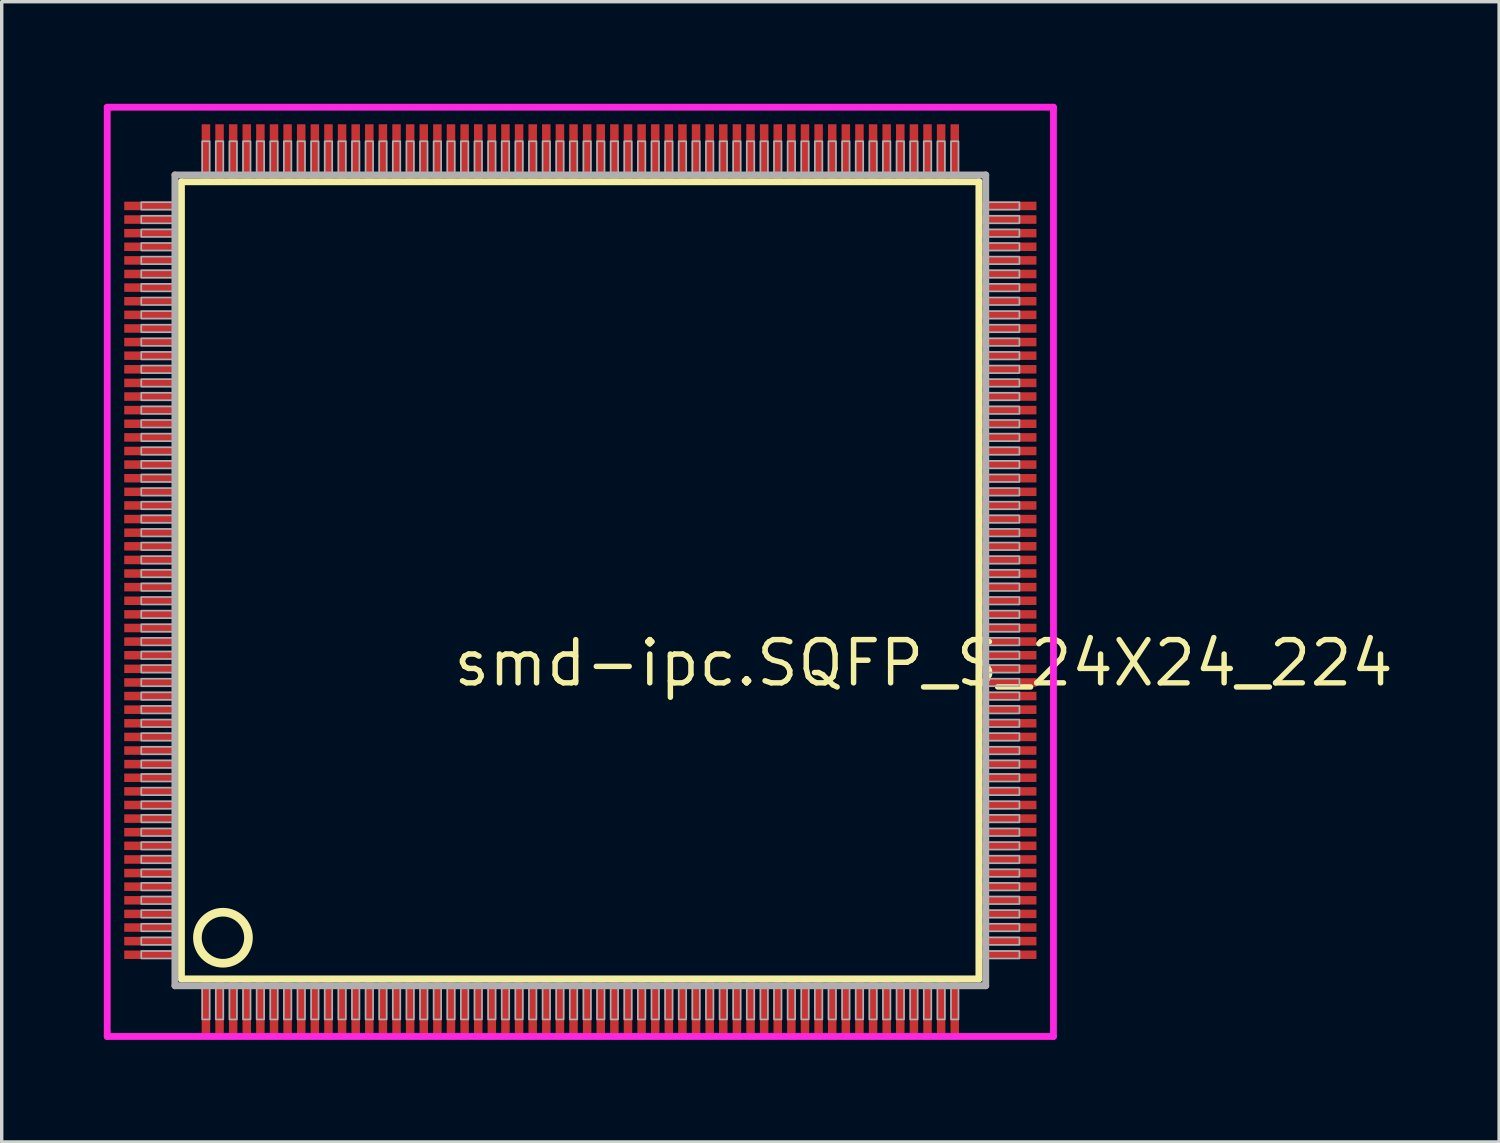
<source format=kicad_pcb>
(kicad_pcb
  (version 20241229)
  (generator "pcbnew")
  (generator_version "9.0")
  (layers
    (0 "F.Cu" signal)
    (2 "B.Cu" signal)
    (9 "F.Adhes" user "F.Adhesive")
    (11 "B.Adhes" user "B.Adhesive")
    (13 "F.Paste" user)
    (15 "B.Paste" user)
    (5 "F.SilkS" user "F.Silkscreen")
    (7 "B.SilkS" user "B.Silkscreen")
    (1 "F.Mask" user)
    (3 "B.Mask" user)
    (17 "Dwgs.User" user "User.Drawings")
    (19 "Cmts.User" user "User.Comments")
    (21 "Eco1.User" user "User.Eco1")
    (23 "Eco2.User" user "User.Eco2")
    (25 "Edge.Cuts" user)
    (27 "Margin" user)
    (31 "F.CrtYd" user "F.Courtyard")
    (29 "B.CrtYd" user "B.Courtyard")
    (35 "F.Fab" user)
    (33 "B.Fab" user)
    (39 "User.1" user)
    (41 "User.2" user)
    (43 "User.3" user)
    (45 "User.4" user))
  (footprint "smd-ipc.SQFP_S_24X24_224"
    (layer "F.Cu")
    (at 14 14)
    (property "Reference" "smd-ipc.SQFP_S_24X24_224" (at -3.81 3.175 0) (layer "F.SilkS") (effects (font (size 1.27 1.27) (thickness 0.16)) (justify left bottom)))
    (attr smd)
    (fp_line (start -11.72 -11.71) (end 11.71 -11.71) (stroke (width 0.203) (type default)) (layer "F.SilkS"))
    (fp_line (start -11.72 11.71) (end -11.72 -11.71) (stroke (width 0.203) (type default)) (layer "F.SilkS"))
    (fp_line (start 11.71 -11.71) (end 11.71 11.71) (stroke (width 0.203) (type default)) (layer "F.SilkS"))
    (fp_line (start 11.71 11.71) (end -11.72 11.71) (stroke (width 0.203) (type default)) (layer "F.SilkS"))
    (fp_circle (center -10.5 10.5) (end -9.75 10.5) (stroke (width 0.254) (type default)) (fill no) (layer "F.SilkS"))
    (fp_line (start -13.9 -13.9) (end 13.9 -13.9) (stroke (width 0.2) (type default)) (layer "F.CrtYd"))
    (fp_line (start -13.9 13.4) (end -13.9 -13.9) (stroke (width 0.2) (type default)) (layer "F.CrtYd"))
    (fp_line (start 13.9 -13.9) (end 13.9 13.4) (stroke (width 0.2) (type default)) (layer "F.CrtYd"))
    (fp_line (start 13.9 13.4) (end -13.9 13.4) (stroke (width 0.2) (type default)) (layer "F.CrtYd"))
    (fp_line (start -11.91 -11.91) (end -11.91 11.91) (stroke (width 0.203) (type default)) (layer "F.Fab"))
    (fp_line (start -11.91 11.91) (end 11.91 11.91) (stroke (width 0.203) (type default)) (layer "F.Fab"))
    (fp_line (start 11.91 -11.91) (end -11.91 -11.91) (stroke (width 0.203) (type default)) (layer "F.Fab"))
    (fp_line (start 11.91 11.91) (end 11.91 -11.91) (stroke (width 0.203) (type default)) (layer "F.Fab"))
    (fp_rect (start -12.9 -10.89) (end -11.95 -11.11) (stroke (width 0.05) (type default)) (fill no) (layer "F.Fab"))
    (fp_rect (start -12.9 -10.49) (end -11.95 -10.71) (stroke (width 0.05) (type default)) (fill no) (layer "F.Fab"))
    (fp_rect (start -12.9 -10.09) (end -11.95 -10.31) (stroke (width 0.05) (type default)) (fill no) (layer "F.Fab"))
    (fp_rect (start -12.9 -9.69) (end -11.95 -9.91) (stroke (width 0.05) (type default)) (fill no) (layer "F.Fab"))
    (fp_rect (start -12.9 -9.29) (end -11.95 -9.51) (stroke (width 0.05) (type default)) (fill no) (layer "F.Fab"))
    (fp_rect (start -12.9 -8.89) (end -11.95 -9.11) (stroke (width 0.05) (type default)) (fill no) (layer "F.Fab"))
    (fp_rect (start -12.9 -8.49) (end -11.95 -8.71) (stroke (width 0.05) (type default)) (fill no) (layer "F.Fab"))
    (fp_rect (start -12.9 -8.09) (end -11.95 -8.31) (stroke (width 0.05) (type default)) (fill no) (layer "F.Fab"))
    (fp_rect (start -12.9 -7.69) (end -11.95 -7.91) (stroke (width 0.05) (type default)) (fill no) (layer "F.Fab"))
    (fp_rect (start -12.9 -7.29) (end -11.95 -7.51) (stroke (width 0.05) (type default)) (fill no) (layer "F.Fab"))
    (fp_rect (start -12.9 -6.89) (end -11.95 -7.11) (stroke (width 0.05) (type default)) (fill no) (layer "F.Fab"))
    (fp_rect (start -12.9 -6.49) (end -11.95 -6.71) (stroke (width 0.05) (type default)) (fill no) (layer "F.Fab"))
    (fp_rect (start -12.9 -6.09) (end -11.95 -6.31) (stroke (width 0.05) (type default)) (fill no) (layer "F.Fab"))
    (fp_rect (start -12.9 -5.69) (end -11.95 -5.91) (stroke (width 0.05) (type default)) (fill no) (layer "F.Fab"))
    (fp_rect (start -12.9 -5.29) (end -11.95 -5.51) (stroke (width 0.05) (type default)) (fill no) (layer "F.Fab"))
    (fp_rect (start -12.9 -4.89) (end -11.95 -5.11) (stroke (width 0.05) (type default)) (fill no) (layer "F.Fab"))
    (fp_rect (start -12.9 -4.49) (end -11.95 -4.71) (stroke (width 0.05) (type default)) (fill no) (layer "F.Fab"))
    (fp_rect (start -12.9 -4.09) (end -11.95 -4.31) (stroke (width 0.05) (type default)) (fill no) (layer "F.Fab"))
    (fp_rect (start -12.9 -3.69) (end -11.95 -3.91) (stroke (width 0.05) (type default)) (fill no) (layer "F.Fab"))
    (fp_rect (start -12.9 -3.29) (end -11.95 -3.51) (stroke (width 0.05) (type default)) (fill no) (layer "F.Fab"))
    (fp_rect (start -12.9 -2.89) (end -11.95 -3.11) (stroke (width 0.05) (type default)) (fill no) (layer "F.Fab"))
    (fp_rect (start -12.9 -2.49) (end -11.95 -2.71) (stroke (width 0.05) (type default)) (fill no) (layer "F.Fab"))
    (fp_rect (start -12.9 -2.09) (end -11.95 -2.31) (stroke (width 0.05) (type default)) (fill no) (layer "F.Fab"))
    (fp_rect (start -12.9 -1.69) (end -11.95 -1.91) (stroke (width 0.05) (type default)) (fill no) (layer "F.Fab"))
    (fp_rect (start -12.9 -1.29) (end -11.95 -1.51) (stroke (width 0.05) (type default)) (fill no) (layer "F.Fab"))
    (fp_rect (start -12.9 -0.89) (end -11.95 -1.11) (stroke (width 0.05) (type default)) (fill no) (layer "F.Fab"))
    (fp_rect (start -12.9 -0.49) (end -11.95 -0.71) (stroke (width 0.05) (type default)) (fill no) (layer "F.Fab"))
    (fp_rect (start -12.9 -0.09) (end -11.95 -0.31) (stroke (width 0.05) (type default)) (fill no) (layer "F.Fab"))
    (fp_rect (start -12.9 0.31) (end -11.95 0.09) (stroke (width 0.05) (type default)) (fill no) (layer "F.Fab"))
    (fp_rect (start -12.9 0.71) (end -11.95 0.49) (stroke (width 0.05) (type default)) (fill no) (layer "F.Fab"))
    (fp_rect (start -12.9 1.11) (end -11.95 0.89) (stroke (width 0.05) (type default)) (fill no) (layer "F.Fab"))
    (fp_rect (start -12.9 1.51) (end -11.95 1.29) (stroke (width 0.05) (type default)) (fill no) (layer "F.Fab"))
    (fp_rect (start -12.9 1.91) (end -11.95 1.69) (stroke (width 0.05) (type default)) (fill no) (layer "F.Fab"))
    (fp_rect (start -12.9 2.31) (end -11.95 2.09) (stroke (width 0.05) (type default)) (fill no) (layer "F.Fab"))
    (fp_rect (start -12.9 2.71) (end -11.95 2.49) (stroke (width 0.05) (type default)) (fill no) (layer "F.Fab"))
    (fp_rect (start -12.9 3.11) (end -11.95 2.89) (stroke (width 0.05) (type default)) (fill no) (layer "F.Fab"))
    (fp_rect (start -12.9 3.51) (end -11.95 3.29) (stroke (width 0.05) (type default)) (fill no) (layer "F.Fab"))
    (fp_rect (start -12.9 3.91) (end -11.95 3.69) (stroke (width 0.05) (type default)) (fill no) (layer "F.Fab"))
    (fp_rect (start -12.9 4.31) (end -11.95 4.09) (stroke (width 0.05) (type default)) (fill no) (layer "F.Fab"))
    (fp_rect (start -12.9 4.71) (end -11.95 4.49) (stroke (width 0.05) (type default)) (fill no) (layer "F.Fab"))
    (fp_rect (start -12.9 5.11) (end -11.95 4.89) (stroke (width 0.05) (type default)) (fill no) (layer "F.Fab"))
    (fp_rect (start -12.9 5.51) (end -11.95 5.29) (stroke (width 0.05) (type default)) (fill no) (layer "F.Fab"))
    (fp_rect (start -12.9 5.91) (end -11.95 5.69) (stroke (width 0.05) (type default)) (fill no) (layer "F.Fab"))
    (fp_rect (start -12.9 6.31) (end -11.95 6.09) (stroke (width 0.05) (type default)) (fill no) (layer "F.Fab"))
    (fp_rect (start -12.9 6.71) (end -11.95 6.49) (stroke (width 0.05) (type default)) (fill no) (layer "F.Fab"))
    (fp_rect (start -12.9 7.11) (end -11.95 6.89) (stroke (width 0.05) (type default)) (fill no) (layer "F.Fab"))
    (fp_rect (start -12.9 7.51) (end -11.95 7.29) (stroke (width 0.05) (type default)) (fill no) (layer "F.Fab"))
    (fp_rect (start -12.9 7.91) (end -11.95 7.69) (stroke (width 0.05) (type default)) (fill no) (layer "F.Fab"))
    (fp_rect (start -12.9 8.31) (end -11.95 8.09) (stroke (width 0.05) (type default)) (fill no) (layer "F.Fab"))
    (fp_rect (start -12.9 8.71) (end -11.95 8.49) (stroke (width 0.05) (type default)) (fill no) (layer "F.Fab"))
    (fp_rect (start -12.9 9.11) (end -11.95 8.89) (stroke (width 0.05) (type default)) (fill no) (layer "F.Fab"))
    (fp_rect (start -12.9 9.51) (end -11.95 9.29) (stroke (width 0.05) (type default)) (fill no) (layer "F.Fab"))
    (fp_rect (start -12.9 9.91) (end -11.95 9.69) (stroke (width 0.05) (type default)) (fill no) (layer "F.Fab"))
    (fp_rect (start -12.9 10.31) (end -11.95 10.09) (stroke (width 0.05) (type default)) (fill no) (layer "F.Fab"))
    (fp_rect (start -12.9 10.71) (end -11.95 10.49) (stroke (width 0.05) (type default)) (fill no) (layer "F.Fab"))
    (fp_rect (start -12.9 11.11) (end -11.95 10.89) (stroke (width 0.05) (type default)) (fill no) (layer "F.Fab"))
    (fp_rect (start -11.11 -11.95) (end -10.89 -12.9) (stroke (width 0.05) (type default)) (fill no) (layer "F.Fab"))
    (fp_rect (start -11.11 12.9) (end -10.89 11.95) (stroke (width 0.05) (type default)) (fill no) (layer "F.Fab"))
    (fp_rect (start -10.71 -11.95) (end -10.49 -12.9) (stroke (width 0.05) (type default)) (fill no) (layer "F.Fab"))
    (fp_rect (start -10.71 12.9) (end -10.49 11.95) (stroke (width 0.05) (type default)) (fill no) (layer "F.Fab"))
    (fp_rect (start -10.31 -11.95) (end -10.09 -12.9) (stroke (width 0.05) (type default)) (fill no) (layer "F.Fab"))
    (fp_rect (start -10.31 12.9) (end -10.09 11.95) (stroke (width 0.05) (type default)) (fill no) (layer "F.Fab"))
    (fp_rect (start -9.91 -11.95) (end -9.69 -12.9) (stroke (width 0.05) (type default)) (fill no) (layer "F.Fab"))
    (fp_rect (start -9.91 12.9) (end -9.69 11.95) (stroke (width 0.05) (type default)) (fill no) (layer "F.Fab"))
    (fp_rect (start -9.51 -11.95) (end -9.29 -12.9) (stroke (width 0.05) (type default)) (fill no) (layer "F.Fab"))
    (fp_rect (start -9.51 12.9) (end -9.29 11.95) (stroke (width 0.05) (type default)) (fill no) (layer "F.Fab"))
    (fp_rect (start -9.11 -11.95) (end -8.89 -12.9) (stroke (width 0.05) (type default)) (fill no) (layer "F.Fab"))
    (fp_rect (start -9.11 12.9) (end -8.89 11.95) (stroke (width 0.05) (type default)) (fill no) (layer "F.Fab"))
    (fp_rect (start -8.71 -11.95) (end -8.49 -12.9) (stroke (width 0.05) (type default)) (fill no) (layer "F.Fab"))
    (fp_rect (start -8.71 12.9) (end -8.49 11.95) (stroke (width 0.05) (type default)) (fill no) (layer "F.Fab"))
    (fp_rect (start -8.31 -11.95) (end -8.09 -12.9) (stroke (width 0.05) (type default)) (fill no) (layer "F.Fab"))
    (fp_rect (start -8.31 12.9) (end -8.09 11.95) (stroke (width 0.05) (type default)) (fill no) (layer "F.Fab"))
    (fp_rect (start -7.91 -11.95) (end -7.69 -12.9) (stroke (width 0.05) (type default)) (fill no) (layer "F.Fab"))
    (fp_rect (start -7.91 12.9) (end -7.69 11.95) (stroke (width 0.05) (type default)) (fill no) (layer "F.Fab"))
    (fp_rect (start -7.51 -11.95) (end -7.29 -12.9) (stroke (width 0.05) (type default)) (fill no) (layer "F.Fab"))
    (fp_rect (start -7.51 12.9) (end -7.29 11.95) (stroke (width 0.05) (type default)) (fill no) (layer "F.Fab"))
    (fp_rect (start -7.11 -11.95) (end -6.89 -12.9) (stroke (width 0.05) (type default)) (fill no) (layer "F.Fab"))
    (fp_rect (start -7.11 12.9) (end -6.89 11.95) (stroke (width 0.05) (type default)) (fill no) (layer "F.Fab"))
    (fp_rect (start -6.71 -11.95) (end -6.49 -12.9) (stroke (width 0.05) (type default)) (fill no) (layer "F.Fab"))
    (fp_rect (start -6.71 12.9) (end -6.49 11.95) (stroke (width 0.05) (type default)) (fill no) (layer "F.Fab"))
    (fp_rect (start -6.31 -11.95) (end -6.09 -12.9) (stroke (width 0.05) (type default)) (fill no) (layer "F.Fab"))
    (fp_rect (start -6.31 12.9) (end -6.09 11.95) (stroke (width 0.05) (type default)) (fill no) (layer "F.Fab"))
    (fp_rect (start -5.91 -11.95) (end -5.69 -12.9) (stroke (width 0.05) (type default)) (fill no) (layer "F.Fab"))
    (fp_rect (start -5.91 12.9) (end -5.69 11.95) (stroke (width 0.05) (type default)) (fill no) (layer "F.Fab"))
    (fp_rect (start -5.51 -11.95) (end -5.29 -12.9) (stroke (width 0.05) (type default)) (fill no) (layer "F.Fab"))
    (fp_rect (start -5.51 12.9) (end -5.29 11.95) (stroke (width 0.05) (type default)) (fill no) (layer "F.Fab"))
    (fp_rect (start -5.11 -11.95) (end -4.89 -12.9) (stroke (width 0.05) (type default)) (fill no) (layer "F.Fab"))
    (fp_rect (start -5.11 12.9) (end -4.89 11.95) (stroke (width 0.05) (type default)) (fill no) (layer "F.Fab"))
    (fp_rect (start -4.71 -11.95) (end -4.49 -12.9) (stroke (width 0.05) (type default)) (fill no) (layer "F.Fab"))
    (fp_rect (start -4.71 12.9) (end -4.49 11.95) (stroke (width 0.05) (type default)) (fill no) (layer "F.Fab"))
    (fp_rect (start -4.31 -11.95) (end -4.09 -12.9) (stroke (width 0.05) (type default)) (fill no) (layer "F.Fab"))
    (fp_rect (start -4.31 12.9) (end -4.09 11.95) (stroke (width 0.05) (type default)) (fill no) (layer "F.Fab"))
    (fp_rect (start -3.91 -11.95) (end -3.69 -12.9) (stroke (width 0.05) (type default)) (fill no) (layer "F.Fab"))
    (fp_rect (start -3.91 12.9) (end -3.69 11.95) (stroke (width 0.05) (type default)) (fill no) (layer "F.Fab"))
    (fp_rect (start -3.51 -11.95) (end -3.29 -12.9) (stroke (width 0.05) (type default)) (fill no) (layer "F.Fab"))
    (fp_rect (start -3.51 12.9) (end -3.29 11.95) (stroke (width 0.05) (type default)) (fill no) (layer "F.Fab"))
    (fp_rect (start -3.11 -11.95) (end -2.89 -12.9) (stroke (width 0.05) (type default)) (fill no) (layer "F.Fab"))
    (fp_rect (start -3.11 12.9) (end -2.89 11.95) (stroke (width 0.05) (type default)) (fill no) (layer "F.Fab"))
    (fp_rect (start -2.71 -11.95) (end -2.49 -12.9) (stroke (width 0.05) (type default)) (fill no) (layer "F.Fab"))
    (fp_rect (start -2.71 12.9) (end -2.49 11.95) (stroke (width 0.05) (type default)) (fill no) (layer "F.Fab"))
    (fp_rect (start -2.31 -11.95) (end -2.09 -12.9) (stroke (width 0.05) (type default)) (fill no) (layer "F.Fab"))
    (fp_rect (start -2.31 12.9) (end -2.09 11.95) (stroke (width 0.05) (type default)) (fill no) (layer "F.Fab"))
    (fp_rect (start -1.91 -11.95) (end -1.69 -12.9) (stroke (width 0.05) (type default)) (fill no) (layer "F.Fab"))
    (fp_rect (start -1.91 12.9) (end -1.69 11.95) (stroke (width 0.05) (type default)) (fill no) (layer "F.Fab"))
    (fp_rect (start -1.51 -11.95) (end -1.29 -12.9) (stroke (width 0.05) (type default)) (fill no) (layer "F.Fab"))
    (fp_rect (start -1.51 12.9) (end -1.29 11.95) (stroke (width 0.05) (type default)) (fill no) (layer "F.Fab"))
    (fp_rect (start -1.11 -11.95) (end -0.89 -12.9) (stroke (width 0.05) (type default)) (fill no) (layer "F.Fab"))
    (fp_rect (start -1.11 12.9) (end -0.89 11.95) (stroke (width 0.05) (type default)) (fill no) (layer "F.Fab"))
    (fp_rect (start -0.71 -11.95) (end -0.49 -12.9) (stroke (width 0.05) (type default)) (fill no) (layer "F.Fab"))
    (fp_rect (start -0.71 12.9) (end -0.49 11.95) (stroke (width 0.05) (type default)) (fill no) (layer "F.Fab"))
    (fp_rect (start -0.31 -11.95) (end -0.09 -12.9) (stroke (width 0.05) (type default)) (fill no) (layer "F.Fab"))
    (fp_rect (start -0.31 12.9) (end -0.09 11.95) (stroke (width 0.05) (type default)) (fill no) (layer "F.Fab"))
    (fp_rect (start 0.09 -11.95) (end 0.31 -12.9) (stroke (width 0.05) (type default)) (fill no) (layer "F.Fab"))
    (fp_rect (start 0.09 12.9) (end 0.31 11.95) (stroke (width 0.05) (type default)) (fill no) (layer "F.Fab"))
    (fp_rect (start 0.49 -11.95) (end 0.71 -12.9) (stroke (width 0.05) (type default)) (fill no) (layer "F.Fab"))
    (fp_rect (start 0.49 12.9) (end 0.71 11.95) (stroke (width 0.05) (type default)) (fill no) (layer "F.Fab"))
    (fp_rect (start 0.89 -11.95) (end 1.11 -12.9) (stroke (width 0.05) (type default)) (fill no) (layer "F.Fab"))
    (fp_rect (start 0.89 12.9) (end 1.11 11.95) (stroke (width 0.05) (type default)) (fill no) (layer "F.Fab"))
    (fp_rect (start 1.29 -11.95) (end 1.51 -12.9) (stroke (width 0.05) (type default)) (fill no) (layer "F.Fab"))
    (fp_rect (start 1.29 12.9) (end 1.51 11.95) (stroke (width 0.05) (type default)) (fill no) (layer "F.Fab"))
    (fp_rect (start 1.69 -11.95) (end 1.91 -12.9) (stroke (width 0.05) (type default)) (fill no) (layer "F.Fab"))
    (fp_rect (start 1.69 12.9) (end 1.91 11.95) (stroke (width 0.05) (type default)) (fill no) (layer "F.Fab"))
    (fp_rect (start 2.09 -11.95) (end 2.31 -12.9) (stroke (width 0.05) (type default)) (fill no) (layer "F.Fab"))
    (fp_rect (start 2.09 12.9) (end 2.31 11.95) (stroke (width 0.05) (type default)) (fill no) (layer "F.Fab"))
    (fp_rect (start 2.49 -11.95) (end 2.71 -12.9) (stroke (width 0.05) (type default)) (fill no) (layer "F.Fab"))
    (fp_rect (start 2.49 12.9) (end 2.71 11.95) (stroke (width 0.05) (type default)) (fill no) (layer "F.Fab"))
    (fp_rect (start 2.89 -11.95) (end 3.11 -12.9) (stroke (width 0.05) (type default)) (fill no) (layer "F.Fab"))
    (fp_rect (start 2.89 12.9) (end 3.11 11.95) (stroke (width 0.05) (type default)) (fill no) (layer "F.Fab"))
    (fp_rect (start 3.29 -11.95) (end 3.51 -12.9) (stroke (width 0.05) (type default)) (fill no) (layer "F.Fab"))
    (fp_rect (start 3.29 12.9) (end 3.51 11.95) (stroke (width 0.05) (type default)) (fill no) (layer "F.Fab"))
    (fp_rect (start 3.69 -11.95) (end 3.91 -12.9) (stroke (width 0.05) (type default)) (fill no) (layer "F.Fab"))
    (fp_rect (start 3.69 12.9) (end 3.91 11.95) (stroke (width 0.05) (type default)) (fill no) (layer "F.Fab"))
    (fp_rect (start 4.09 -11.95) (end 4.31 -12.9) (stroke (width 0.05) (type default)) (fill no) (layer "F.Fab"))
    (fp_rect (start 4.09 12.9) (end 4.31 11.95) (stroke (width 0.05) (type default)) (fill no) (layer "F.Fab"))
    (fp_rect (start 4.49 -11.95) (end 4.71 -12.9) (stroke (width 0.05) (type default)) (fill no) (layer "F.Fab"))
    (fp_rect (start 4.49 12.9) (end 4.71 11.95) (stroke (width 0.05) (type default)) (fill no) (layer "F.Fab"))
    (fp_rect (start 4.89 -11.95) (end 5.11 -12.9) (stroke (width 0.05) (type default)) (fill no) (layer "F.Fab"))
    (fp_rect (start 4.89 12.9) (end 5.11 11.95) (stroke (width 0.05) (type default)) (fill no) (layer "F.Fab"))
    (fp_rect (start 5.29 -11.95) (end 5.51 -12.9) (stroke (width 0.05) (type default)) (fill no) (layer "F.Fab"))
    (fp_rect (start 5.29 12.9) (end 5.51 11.95) (stroke (width 0.05) (type default)) (fill no) (layer "F.Fab"))
    (fp_rect (start 5.69 -11.95) (end 5.91 -12.9) (stroke (width 0.05) (type default)) (fill no) (layer "F.Fab"))
    (fp_rect (start 5.69 12.9) (end 5.91 11.95) (stroke (width 0.05) (type default)) (fill no) (layer "F.Fab"))
    (fp_rect (start 6.09 -11.95) (end 6.31 -12.9) (stroke (width 0.05) (type default)) (fill no) (layer "F.Fab"))
    (fp_rect (start 6.09 12.9) (end 6.31 11.95) (stroke (width 0.05) (type default)) (fill no) (layer "F.Fab"))
    (fp_rect (start 6.49 -11.95) (end 6.71 -12.9) (stroke (width 0.05) (type default)) (fill no) (layer "F.Fab"))
    (fp_rect (start 6.49 12.9) (end 6.71 11.95) (stroke (width 0.05) (type default)) (fill no) (layer "F.Fab"))
    (fp_rect (start 6.89 -11.95) (end 7.11 -12.9) (stroke (width 0.05) (type default)) (fill no) (layer "F.Fab"))
    (fp_rect (start 6.89 12.9) (end 7.11 11.95) (stroke (width 0.05) (type default)) (fill no) (layer "F.Fab"))
    (fp_rect (start 7.29 -11.95) (end 7.51 -12.9) (stroke (width 0.05) (type default)) (fill no) (layer "F.Fab"))
    (fp_rect (start 7.29 12.9) (end 7.51 11.95) (stroke (width 0.05) (type default)) (fill no) (layer "F.Fab"))
    (fp_rect (start 7.69 -11.95) (end 7.91 -12.9) (stroke (width 0.05) (type default)) (fill no) (layer "F.Fab"))
    (fp_rect (start 7.69 12.9) (end 7.91 11.95) (stroke (width 0.05) (type default)) (fill no) (layer "F.Fab"))
    (fp_rect (start 8.09 -11.95) (end 8.31 -12.9) (stroke (width 0.05) (type default)) (fill no) (layer "F.Fab"))
    (fp_rect (start 8.09 12.9) (end 8.31 11.95) (stroke (width 0.05) (type default)) (fill no) (layer "F.Fab"))
    (fp_rect (start 8.49 -11.95) (end 8.71 -12.9) (stroke (width 0.05) (type default)) (fill no) (layer "F.Fab"))
    (fp_rect (start 8.49 12.9) (end 8.71 11.95) (stroke (width 0.05) (type default)) (fill no) (layer "F.Fab"))
    (fp_rect (start 8.89 -11.95) (end 9.11 -12.9) (stroke (width 0.05) (type default)) (fill no) (layer "F.Fab"))
    (fp_rect (start 8.89 12.9) (end 9.11 11.95) (stroke (width 0.05) (type default)) (fill no) (layer "F.Fab"))
    (fp_rect (start 9.29 -11.95) (end 9.51 -12.9) (stroke (width 0.05) (type default)) (fill no) (layer "F.Fab"))
    (fp_rect (start 9.29 12.9) (end 9.51 11.95) (stroke (width 0.05) (type default)) (fill no) (layer "F.Fab"))
    (fp_rect (start 9.69 -11.95) (end 9.91 -12.9) (stroke (width 0.05) (type default)) (fill no) (layer "F.Fab"))
    (fp_rect (start 9.69 12.9) (end 9.91 11.95) (stroke (width 0.05) (type default)) (fill no) (layer "F.Fab"))
    (fp_rect (start 10.09 -11.95) (end 10.31 -12.9) (stroke (width 0.05) (type default)) (fill no) (layer "F.Fab"))
    (fp_rect (start 10.09 12.9) (end 10.31 11.95) (stroke (width 0.05) (type default)) (fill no) (layer "F.Fab"))
    (fp_rect (start 10.49 -11.95) (end 10.71 -12.9) (stroke (width 0.05) (type default)) (fill no) (layer "F.Fab"))
    (fp_rect (start 10.49 12.9) (end 10.71 11.95) (stroke (width 0.05) (type default)) (fill no) (layer "F.Fab"))
    (fp_rect (start 10.89 -11.95) (end 11.11 -12.9) (stroke (width 0.05) (type default)) (fill no) (layer "F.Fab"))
    (fp_rect (start 10.89 12.9) (end 11.11 11.95) (stroke (width 0.05) (type default)) (fill no) (layer "F.Fab"))
    (fp_rect (start 11.95 -10.89) (end 12.9 -11.11) (stroke (width 0.05) (type default)) (fill no) (layer "F.Fab"))
    (fp_rect (start 11.95 -10.49) (end 12.9 -10.71) (stroke (width 0.05) (type default)) (fill no) (layer "F.Fab"))
    (fp_rect (start 11.95 -10.09) (end 12.9 -10.31) (stroke (width 0.05) (type default)) (fill no) (layer "F.Fab"))
    (fp_rect (start 11.95 -9.69) (end 12.9 -9.91) (stroke (width 0.05) (type default)) (fill no) (layer "F.Fab"))
    (fp_rect (start 11.95 -9.29) (end 12.9 -9.51) (stroke (width 0.05) (type default)) (fill no) (layer "F.Fab"))
    (fp_rect (start 11.95 -8.89) (end 12.9 -9.11) (stroke (width 0.05) (type default)) (fill no) (layer "F.Fab"))
    (fp_rect (start 11.95 -8.49) (end 12.9 -8.71) (stroke (width 0.05) (type default)) (fill no) (layer "F.Fab"))
    (fp_rect (start 11.95 -8.09) (end 12.9 -8.31) (stroke (width 0.05) (type default)) (fill no) (layer "F.Fab"))
    (fp_rect (start 11.95 -7.69) (end 12.9 -7.91) (stroke (width 0.05) (type default)) (fill no) (layer "F.Fab"))
    (fp_rect (start 11.95 -7.29) (end 12.9 -7.51) (stroke (width 0.05) (type default)) (fill no) (layer "F.Fab"))
    (fp_rect (start 11.95 -6.89) (end 12.9 -7.11) (stroke (width 0.05) (type default)) (fill no) (layer "F.Fab"))
    (fp_rect (start 11.95 -6.49) (end 12.9 -6.71) (stroke (width 0.05) (type default)) (fill no) (layer "F.Fab"))
    (fp_rect (start 11.95 -6.09) (end 12.9 -6.31) (stroke (width 0.05) (type default)) (fill no) (layer "F.Fab"))
    (fp_rect (start 11.95 -5.69) (end 12.9 -5.91) (stroke (width 0.05) (type default)) (fill no) (layer "F.Fab"))
    (fp_rect (start 11.95 -5.29) (end 12.9 -5.51) (stroke (width 0.05) (type default)) (fill no) (layer "F.Fab"))
    (fp_rect (start 11.95 -4.89) (end 12.9 -5.11) (stroke (width 0.05) (type default)) (fill no) (layer "F.Fab"))
    (fp_rect (start 11.95 -4.49) (end 12.9 -4.71) (stroke (width 0.05) (type default)) (fill no) (layer "F.Fab"))
    (fp_rect (start 11.95 -4.09) (end 12.9 -4.31) (stroke (width 0.05) (type default)) (fill no) (layer "F.Fab"))
    (fp_rect (start 11.95 -3.69) (end 12.9 -3.91) (stroke (width 0.05) (type default)) (fill no) (layer "F.Fab"))
    (fp_rect (start 11.95 -3.29) (end 12.9 -3.51) (stroke (width 0.05) (type default)) (fill no) (layer "F.Fab"))
    (fp_rect (start 11.95 -2.89) (end 12.9 -3.11) (stroke (width 0.05) (type default)) (fill no) (layer "F.Fab"))
    (fp_rect (start 11.95 -2.49) (end 12.9 -2.71) (stroke (width 0.05) (type default)) (fill no) (layer "F.Fab"))
    (fp_rect (start 11.95 -2.09) (end 12.9 -2.31) (stroke (width 0.05) (type default)) (fill no) (layer "F.Fab"))
    (fp_rect (start 11.95 -1.69) (end 12.9 -1.91) (stroke (width 0.05) (type default)) (fill no) (layer "F.Fab"))
    (fp_rect (start 11.95 -1.29) (end 12.9 -1.51) (stroke (width 0.05) (type default)) (fill no) (layer "F.Fab"))
    (fp_rect (start 11.95 -0.89) (end 12.9 -1.11) (stroke (width 0.05) (type default)) (fill no) (layer "F.Fab"))
    (fp_rect (start 11.95 -0.49) (end 12.9 -0.71) (stroke (width 0.05) (type default)) (fill no) (layer "F.Fab"))
    (fp_rect (start 11.95 -0.09) (end 12.9 -0.31) (stroke (width 0.05) (type default)) (fill no) (layer "F.Fab"))
    (fp_rect (start 11.95 0.31) (end 12.9 0.09) (stroke (width 0.05) (type default)) (fill no) (layer "F.Fab"))
    (fp_rect (start 11.95 0.71) (end 12.9 0.49) (stroke (width 0.05) (type default)) (fill no) (layer "F.Fab"))
    (fp_rect (start 11.95 1.11) (end 12.9 0.89) (stroke (width 0.05) (type default)) (fill no) (layer "F.Fab"))
    (fp_rect (start 11.95 1.51) (end 12.9 1.29) (stroke (width 0.05) (type default)) (fill no) (layer "F.Fab"))
    (fp_rect (start 11.95 1.91) (end 12.9 1.69) (stroke (width 0.05) (type default)) (fill no) (layer "F.Fab"))
    (fp_rect (start 11.95 2.31) (end 12.9 2.09) (stroke (width 0.05) (type default)) (fill no) (layer "F.Fab"))
    (fp_rect (start 11.95 2.71) (end 12.9 2.49) (stroke (width 0.05) (type default)) (fill no) (layer "F.Fab"))
    (fp_rect (start 11.95 3.11) (end 12.9 2.89) (stroke (width 0.05) (type default)) (fill no) (layer "F.Fab"))
    (fp_rect (start 11.95 3.51) (end 12.9 3.29) (stroke (width 0.05) (type default)) (fill no) (layer "F.Fab"))
    (fp_rect (start 11.95 3.91) (end 12.9 3.69) (stroke (width 0.05) (type default)) (fill no) (layer "F.Fab"))
    (fp_rect (start 11.95 4.31) (end 12.9 4.09) (stroke (width 0.05) (type default)) (fill no) (layer "F.Fab"))
    (fp_rect (start 11.95 4.71) (end 12.9 4.49) (stroke (width 0.05) (type default)) (fill no) (layer "F.Fab"))
    (fp_rect (start 11.95 5.11) (end 12.9 4.89) (stroke (width 0.05) (type default)) (fill no) (layer "F.Fab"))
    (fp_rect (start 11.95 5.51) (end 12.9 5.29) (stroke (width 0.05) (type default)) (fill no) (layer "F.Fab"))
    (fp_rect (start 11.95 5.91) (end 12.9 5.69) (stroke (width 0.05) (type default)) (fill no) (layer "F.Fab"))
    (fp_rect (start 11.95 6.31) (end 12.9 6.09) (stroke (width 0.05) (type default)) (fill no) (layer "F.Fab"))
    (fp_rect (start 11.95 6.71) (end 12.9 6.49) (stroke (width 0.05) (type default)) (fill no) (layer "F.Fab"))
    (fp_rect (start 11.95 7.11) (end 12.9 6.89) (stroke (width 0.05) (type default)) (fill no) (layer "F.Fab"))
    (fp_rect (start 11.95 7.51) (end 12.9 7.29) (stroke (width 0.05) (type default)) (fill no) (layer "F.Fab"))
    (fp_rect (start 11.95 7.91) (end 12.9 7.69) (stroke (width 0.05) (type default)) (fill no) (layer "F.Fab"))
    (fp_rect (start 11.95 8.31) (end 12.9 8.09) (stroke (width 0.05) (type default)) (fill no) (layer "F.Fab"))
    (fp_rect (start 11.95 8.71) (end 12.9 8.49) (stroke (width 0.05) (type default)) (fill no) (layer "F.Fab"))
    (fp_rect (start 11.95 9.11) (end 12.9 8.89) (stroke (width 0.05) (type default)) (fill no) (layer "F.Fab"))
    (fp_rect (start 11.95 9.51) (end 12.9 9.29) (stroke (width 0.05) (type default)) (fill no) (layer "F.Fab"))
    (fp_rect (start 11.95 9.91) (end 12.9 9.69) (stroke (width 0.05) (type default)) (fill no) (layer "F.Fab"))
    (fp_rect (start 11.95 10.31) (end 12.9 10.09) (stroke (width 0.05) (type default)) (fill no) (layer "F.Fab"))
    (fp_rect (start 11.95 10.71) (end 12.9 10.49) (stroke (width 0.05) (type default)) (fill no) (layer "F.Fab"))
    (fp_rect (start 11.95 11.11) (end 12.9 10.89) (stroke (width 0.05) (type default)) (fill no) (layer "F.Fab"))
    (pad "1" smd roundrect (at -11 12.6) (size 0.25 1.6) (layers "F.Cu" "F.Mask" "F.Paste") (roundrect_rratio 0.01))
    (pad "2" smd roundrect (at -10.6 12.6) (size 0.25 1.6) (layers "F.Cu" "F.Mask" "F.Paste") (roundrect_rratio 0.01))
    (pad "3" smd roundrect (at -10.2 12.6) (size 0.25 1.6) (layers "F.Cu" "F.Mask" "F.Paste") (roundrect_rratio 0.01))
    (pad "4" smd roundrect (at -9.8 12.6) (size 0.25 1.6) (layers "F.Cu" "F.Mask" "F.Paste") (roundrect_rratio 0.01))
    (pad "5" smd roundrect (at -9.4 12.6) (size 0.25 1.6) (layers "F.Cu" "F.Mask" "F.Paste") (roundrect_rratio 0.01))
    (pad "6" smd roundrect (at -9 12.6) (size 0.25 1.6) (layers "F.Cu" "F.Mask" "F.Paste") (roundrect_rratio 0.01))
    (pad "7" smd roundrect (at -8.6 12.6) (size 0.25 1.6) (layers "F.Cu" "F.Mask" "F.Paste") (roundrect_rratio 0.01))
    (pad "8" smd roundrect (at -8.2 12.6) (size 0.25 1.6) (layers "F.Cu" "F.Mask" "F.Paste") (roundrect_rratio 0.01))
    (pad "9" smd roundrect (at -7.8 12.6) (size 0.25 1.6) (layers "F.Cu" "F.Mask" "F.Paste") (roundrect_rratio 0.01))
    (pad "10" smd roundrect (at -7.4 12.6) (size 0.25 1.6) (layers "F.Cu" "F.Mask" "F.Paste") (roundrect_rratio 0.01))
    (pad "11" smd roundrect (at -7 12.6) (size 0.25 1.6) (layers "F.Cu" "F.Mask" "F.Paste") (roundrect_rratio 0.01))
    (pad "12" smd roundrect (at -6.6 12.6) (size 0.25 1.6) (layers "F.Cu" "F.Mask" "F.Paste") (roundrect_rratio 0.01))
    (pad "13" smd roundrect (at -6.2 12.6) (size 0.25 1.6) (layers "F.Cu" "F.Mask" "F.Paste") (roundrect_rratio 0.01))
    (pad "14" smd roundrect (at -5.8 12.6) (size 0.25 1.6) (layers "F.Cu" "F.Mask" "F.Paste") (roundrect_rratio 0.01))
    (pad "15" smd roundrect (at -5.4 12.6) (size 0.25 1.6) (layers "F.Cu" "F.Mask" "F.Paste") (roundrect_rratio 0.01))
    (pad "16" smd roundrect (at -5 12.6) (size 0.25 1.6) (layers "F.Cu" "F.Mask" "F.Paste") (roundrect_rratio 0.01))
    (pad "17" smd roundrect (at -4.6 12.6) (size 0.25 1.6) (layers "F.Cu" "F.Mask" "F.Paste") (roundrect_rratio 0.01))
    (pad "18" smd roundrect (at -4.2 12.6) (size 0.25 1.6) (layers "F.Cu" "F.Mask" "F.Paste") (roundrect_rratio 0.01))
    (pad "19" smd roundrect (at -3.8 12.6) (size 0.25 1.6) (layers "F.Cu" "F.Mask" "F.Paste") (roundrect_rratio 0.01))
    (pad "20" smd roundrect (at -3.4 12.6) (size 0.25 1.6) (layers "F.Cu" "F.Mask" "F.Paste") (roundrect_rratio 0.01))
    (pad "21" smd roundrect (at -3 12.6) (size 0.25 1.6) (layers "F.Cu" "F.Mask" "F.Paste") (roundrect_rratio 0.01))
    (pad "22" smd roundrect (at -2.6 12.6) (size 0.25 1.6) (layers "F.Cu" "F.Mask" "F.Paste") (roundrect_rratio 0.01))
    (pad "23" smd roundrect (at -2.2 12.6) (size 0.25 1.6) (layers "F.Cu" "F.Mask" "F.Paste") (roundrect_rratio 0.01))
    (pad "24" smd roundrect (at -1.8 12.6) (size 0.25 1.6) (layers "F.Cu" "F.Mask" "F.Paste") (roundrect_rratio 0.01))
    (pad "25" smd roundrect (at -1.4 12.6) (size 0.25 1.6) (layers "F.Cu" "F.Mask" "F.Paste") (roundrect_rratio 0.01))
    (pad "26" smd roundrect (at -1 12.6) (size 0.25 1.6) (layers "F.Cu" "F.Mask" "F.Paste") (roundrect_rratio 0.01))
    (pad "27" smd roundrect (at -0.6 12.6) (size 0.25 1.6) (layers "F.Cu" "F.Mask" "F.Paste") (roundrect_rratio 0.01))
    (pad "28" smd roundrect (at -0.2 12.6) (size 0.25 1.6) (layers "F.Cu" "F.Mask" "F.Paste") (roundrect_rratio 0.01))
    (pad "29" smd roundrect (at 0.2 12.6) (size 0.25 1.6) (layers "F.Cu" "F.Mask" "F.Paste") (roundrect_rratio 0.01))
    (pad "30" smd roundrect (at 0.6 12.6) (size 0.25 1.6) (layers "F.Cu" "F.Mask" "F.Paste") (roundrect_rratio 0.01))
    (pad "31" smd roundrect (at 1 12.6) (size 0.25 1.6) (layers "F.Cu" "F.Mask" "F.Paste") (roundrect_rratio 0.01))
    (pad "32" smd roundrect (at 1.4 12.6) (size 0.25 1.6) (layers "F.Cu" "F.Mask" "F.Paste") (roundrect_rratio 0.01))
    (pad "33" smd roundrect (at 1.8 12.6) (size 0.25 1.6) (layers "F.Cu" "F.Mask" "F.Paste") (roundrect_rratio 0.01))
    (pad "34" smd roundrect (at 2.2 12.6) (size 0.25 1.6) (layers "F.Cu" "F.Mask" "F.Paste") (roundrect_rratio 0.01))
    (pad "35" smd roundrect (at 2.6 12.6) (size 0.25 1.6) (layers "F.Cu" "F.Mask" "F.Paste") (roundrect_rratio 0.01))
    (pad "36" smd roundrect (at 3 12.6) (size 0.25 1.6) (layers "F.Cu" "F.Mask" "F.Paste") (roundrect_rratio 0.01))
    (pad "37" smd roundrect (at 3.4 12.6) (size 0.25 1.6) (layers "F.Cu" "F.Mask" "F.Paste") (roundrect_rratio 0.01))
    (pad "38" smd roundrect (at 3.8 12.6) (size 0.25 1.6) (layers "F.Cu" "F.Mask" "F.Paste") (roundrect_rratio 0.01))
    (pad "39" smd roundrect (at 4.2 12.6) (size 0.25 1.6) (layers "F.Cu" "F.Mask" "F.Paste") (roundrect_rratio 0.01))
    (pad "40" smd roundrect (at 4.6 12.6) (size 0.25 1.6) (layers "F.Cu" "F.Mask" "F.Paste") (roundrect_rratio 0.01))
    (pad "41" smd roundrect (at 5 12.6) (size 0.25 1.6) (layers "F.Cu" "F.Mask" "F.Paste") (roundrect_rratio 0.01))
    (pad "42" smd roundrect (at 5.4 12.6) (size 0.25 1.6) (layers "F.Cu" "F.Mask" "F.Paste") (roundrect_rratio 0.01))
    (pad "43" smd roundrect (at 5.8 12.6) (size 0.25 1.6) (layers "F.Cu" "F.Mask" "F.Paste") (roundrect_rratio 0.01))
    (pad "44" smd roundrect (at 6.2 12.6) (size 0.25 1.6) (layers "F.Cu" "F.Mask" "F.Paste") (roundrect_rratio 0.01))
    (pad "45" smd roundrect (at 6.6 12.6) (size 0.25 1.6) (layers "F.Cu" "F.Mask" "F.Paste") (roundrect_rratio 0.01))
    (pad "46" smd roundrect (at 7 12.6) (size 0.25 1.6) (layers "F.Cu" "F.Mask" "F.Paste") (roundrect_rratio 0.01))
    (pad "47" smd roundrect (at 7.4 12.6) (size 0.25 1.6) (layers "F.Cu" "F.Mask" "F.Paste") (roundrect_rratio 0.01))
    (pad "48" smd roundrect (at 7.8 12.6) (size 0.25 1.6) (layers "F.Cu" "F.Mask" "F.Paste") (roundrect_rratio 0.01))
    (pad "49" smd roundrect (at 8.2 12.6) (size 0.25 1.6) (layers "F.Cu" "F.Mask" "F.Paste") (roundrect_rratio 0.01))
    (pad "50" smd roundrect (at 8.6 12.6) (size 0.25 1.6) (layers "F.Cu" "F.Mask" "F.Paste") (roundrect_rratio 0.01))
    (pad "51" smd roundrect (at 9 12.6) (size 0.25 1.6) (layers "F.Cu" "F.Mask" "F.Paste") (roundrect_rratio 0.01))
    (pad "52" smd roundrect (at 9.4 12.6) (size 0.25 1.6) (layers "F.Cu" "F.Mask" "F.Paste") (roundrect_rratio 0.01))
    (pad "53" smd roundrect (at 9.8 12.6) (size 0.25 1.6) (layers "F.Cu" "F.Mask" "F.Paste") (roundrect_rratio 0.01))
    (pad "54" smd roundrect (at 10.2 12.6) (size 0.25 1.6) (layers "F.Cu" "F.Mask" "F.Paste") (roundrect_rratio 0.01))
    (pad "55" smd roundrect (at 10.6 12.6) (size 0.25 1.6) (layers "F.Cu" "F.Mask" "F.Paste") (roundrect_rratio 0.01))
    (pad "56" smd roundrect (at 11 12.6) (size 0.25 1.6) (layers "F.Cu" "F.Mask" "F.Paste") (roundrect_rratio 0.01))
    (pad "57" smd roundrect (at 12.6 11) (size 1.6 0.25) (layers "F.Cu" "F.Mask" "F.Paste") (roundrect_rratio 0.01))
    (pad "58" smd roundrect (at 12.6 10.6) (size 1.6 0.25) (layers "F.Cu" "F.Mask" "F.Paste") (roundrect_rratio 0.01))
    (pad "59" smd roundrect (at 12.6 10.2) (size 1.6 0.25) (layers "F.Cu" "F.Mask" "F.Paste") (roundrect_rratio 0.01))
    (pad "60" smd roundrect (at 12.6 9.8) (size 1.6 0.25) (layers "F.Cu" "F.Mask" "F.Paste") (roundrect_rratio 0.01))
    (pad "61" smd roundrect (at 12.6 9.4) (size 1.6 0.25) (layers "F.Cu" "F.Mask" "F.Paste") (roundrect_rratio 0.01))
    (pad "62" smd roundrect (at 12.6 9) (size 1.6 0.25) (layers "F.Cu" "F.Mask" "F.Paste") (roundrect_rratio 0.01))
    (pad "63" smd roundrect (at 12.6 8.6) (size 1.6 0.25) (layers "F.Cu" "F.Mask" "F.Paste") (roundrect_rratio 0.01))
    (pad "64" smd roundrect (at 12.6 8.2) (size 1.6 0.25) (layers "F.Cu" "F.Mask" "F.Paste") (roundrect_rratio 0.01))
    (pad "65" smd roundrect (at 12.6 7.8) (size 1.6 0.25) (layers "F.Cu" "F.Mask" "F.Paste") (roundrect_rratio 0.01))
    (pad "66" smd roundrect (at 12.6 7.4) (size 1.6 0.25) (layers "F.Cu" "F.Mask" "F.Paste") (roundrect_rratio 0.01))
    (pad "67" smd roundrect (at 12.6 7) (size 1.6 0.25) (layers "F.Cu" "F.Mask" "F.Paste") (roundrect_rratio 0.01))
    (pad "68" smd roundrect (at 12.6 6.6) (size 1.6 0.25) (layers "F.Cu" "F.Mask" "F.Paste") (roundrect_rratio 0.01))
    (pad "69" smd roundrect (at 12.6 6.2) (size 1.6 0.25) (layers "F.Cu" "F.Mask" "F.Paste") (roundrect_rratio 0.01))
    (pad "70" smd roundrect (at 12.6 5.8) (size 1.6 0.25) (layers "F.Cu" "F.Mask" "F.Paste") (roundrect_rratio 0.01))
    (pad "71" smd roundrect (at 12.6 5.4) (size 1.6 0.25) (layers "F.Cu" "F.Mask" "F.Paste") (roundrect_rratio 0.01))
    (pad "72" smd roundrect (at 12.6 5) (size 1.6 0.25) (layers "F.Cu" "F.Mask" "F.Paste") (roundrect_rratio 0.01))
    (pad "73" smd roundrect (at 12.6 4.6) (size 1.6 0.25) (layers "F.Cu" "F.Mask" "F.Paste") (roundrect_rratio 0.01))
    (pad "74" smd roundrect (at 12.6 4.2) (size 1.6 0.25) (layers "F.Cu" "F.Mask" "F.Paste") (roundrect_rratio 0.01))
    (pad "75" smd roundrect (at 12.6 3.8) (size 1.6 0.25) (layers "F.Cu" "F.Mask" "F.Paste") (roundrect_rratio 0.01))
    (pad "76" smd roundrect (at 12.6 3.4) (size 1.6 0.25) (layers "F.Cu" "F.Mask" "F.Paste") (roundrect_rratio 0.01))
    (pad "77" smd roundrect (at 12.6 3) (size 1.6 0.25) (layers "F.Cu" "F.Mask" "F.Paste") (roundrect_rratio 0.01))
    (pad "78" smd roundrect (at 12.6 2.6) (size 1.6 0.25) (layers "F.Cu" "F.Mask" "F.Paste") (roundrect_rratio 0.01))
    (pad "79" smd roundrect (at 12.6 2.2) (size 1.6 0.25) (layers "F.Cu" "F.Mask" "F.Paste") (roundrect_rratio 0.01))
    (pad "80" smd roundrect (at 12.6 1.8) (size 1.6 0.25) (layers "F.Cu" "F.Mask" "F.Paste") (roundrect_rratio 0.01))
    (pad "81" smd roundrect (at 12.6 1.4) (size 1.6 0.25) (layers "F.Cu" "F.Mask" "F.Paste") (roundrect_rratio 0.01))
    (pad "82" smd roundrect (at 12.6 1) (size 1.6 0.25) (layers "F.Cu" "F.Mask" "F.Paste") (roundrect_rratio 0.01))
    (pad "83" smd roundrect (at 12.6 0.6) (size 1.6 0.25) (layers "F.Cu" "F.Mask" "F.Paste") (roundrect_rratio 0.01))
    (pad "84" smd roundrect (at 12.6 0.2) (size 1.6 0.25) (layers "F.Cu" "F.Mask" "F.Paste") (roundrect_rratio 0.01))
    (pad "85" smd roundrect (at 12.6 -0.2) (size 1.6 0.25) (layers "F.Cu" "F.Mask" "F.Paste") (roundrect_rratio 0.01))
    (pad "86" smd roundrect (at 12.6 -0.6) (size 1.6 0.25) (layers "F.Cu" "F.Mask" "F.Paste") (roundrect_rratio 0.01))
    (pad "87" smd roundrect (at 12.6 -1) (size 1.6 0.25) (layers "F.Cu" "F.Mask" "F.Paste") (roundrect_rratio 0.01))
    (pad "88" smd roundrect (at 12.6 -1.4) (size 1.6 0.25) (layers "F.Cu" "F.Mask" "F.Paste") (roundrect_rratio 0.01))
    (pad "89" smd roundrect (at 12.6 -1.8) (size 1.6 0.25) (layers "F.Cu" "F.Mask" "F.Paste") (roundrect_rratio 0.01))
    (pad "90" smd roundrect (at 12.6 -2.2) (size 1.6 0.25) (layers "F.Cu" "F.Mask" "F.Paste") (roundrect_rratio 0.01))
    (pad "91" smd roundrect (at 12.6 -2.6) (size 1.6 0.25) (layers "F.Cu" "F.Mask" "F.Paste") (roundrect_rratio 0.01))
    (pad "92" smd roundrect (at 12.6 -3) (size 1.6 0.25) (layers "F.Cu" "F.Mask" "F.Paste") (roundrect_rratio 0.01))
    (pad "93" smd roundrect (at 12.6 -3.4) (size 1.6 0.25) (layers "F.Cu" "F.Mask" "F.Paste") (roundrect_rratio 0.01))
    (pad "94" smd roundrect (at 12.6 -3.8) (size 1.6 0.25) (layers "F.Cu" "F.Mask" "F.Paste") (roundrect_rratio 0.01))
    (pad "95" smd roundrect (at 12.6 -4.2) (size 1.6 0.25) (layers "F.Cu" "F.Mask" "F.Paste") (roundrect_rratio 0.01))
    (pad "96" smd roundrect (at 12.6 -4.6) (size 1.6 0.25) (layers "F.Cu" "F.Mask" "F.Paste") (roundrect_rratio 0.01))
    (pad "97" smd roundrect (at 12.6 -5) (size 1.6 0.25) (layers "F.Cu" "F.Mask" "F.Paste") (roundrect_rratio 0.01))
    (pad "98" smd roundrect (at 12.6 -5.4) (size 1.6 0.25) (layers "F.Cu" "F.Mask" "F.Paste") (roundrect_rratio 0.01))
    (pad "99" smd roundrect (at 12.6 -5.8) (size 1.6 0.25) (layers "F.Cu" "F.Mask" "F.Paste") (roundrect_rratio 0.01))
    (pad "100" smd roundrect (at 12.6 -6.2) (size 1.6 0.25) (layers "F.Cu" "F.Mask" "F.Paste") (roundrect_rratio 0.01))
    (pad "101" smd roundrect (at 12.6 -6.6) (size 1.6 0.25) (layers "F.Cu" "F.Mask" "F.Paste") (roundrect_rratio 0.01))
    (pad "102" smd roundrect (at 12.6 -7) (size 1.6 0.25) (layers "F.Cu" "F.Mask" "F.Paste") (roundrect_rratio 0.01))
    (pad "103" smd roundrect (at 12.6 -7.4) (size 1.6 0.25) (layers "F.Cu" "F.Mask" "F.Paste") (roundrect_rratio 0.01))
    (pad "104" smd roundrect (at 12.6 -7.8) (size 1.6 0.25) (layers "F.Cu" "F.Mask" "F.Paste") (roundrect_rratio 0.01))
    (pad "105" smd roundrect (at 12.6 -8.2) (size 1.6 0.25) (layers "F.Cu" "F.Mask" "F.Paste") (roundrect_rratio 0.01))
    (pad "106" smd roundrect (at 12.6 -8.6) (size 1.6 0.25) (layers "F.Cu" "F.Mask" "F.Paste") (roundrect_rratio 0.01))
    (pad "107" smd roundrect (at 12.6 -9) (size 1.6 0.25) (layers "F.Cu" "F.Mask" "F.Paste") (roundrect_rratio 0.01))
    (pad "108" smd roundrect (at 12.6 -9.4) (size 1.6 0.25) (layers "F.Cu" "F.Mask" "F.Paste") (roundrect_rratio 0.01))
    (pad "109" smd roundrect (at 12.6 -9.8) (size 1.6 0.25) (layers "F.Cu" "F.Mask" "F.Paste") (roundrect_rratio 0.01))
    (pad "110" smd roundrect (at 12.6 -10.2) (size 1.6 0.25) (layers "F.Cu" "F.Mask" "F.Paste") (roundrect_rratio 0.01))
    (pad "111" smd roundrect (at 12.6 -10.6) (size 1.6 0.25) (layers "F.Cu" "F.Mask" "F.Paste") (roundrect_rratio 0.01))
    (pad "112" smd roundrect (at 12.6 -11) (size 1.6 0.25) (layers "F.Cu" "F.Mask" "F.Paste") (roundrect_rratio 0.01))
    (pad "113" smd roundrect (at 11 -12.6) (size 0.25 1.6) (layers "F.Cu" "F.Mask" "F.Paste") (roundrect_rratio 0.01))
    (pad "114" smd roundrect (at 10.6 -12.6) (size 0.25 1.6) (layers "F.Cu" "F.Mask" "F.Paste") (roundrect_rratio 0.01))
    (pad "115" smd roundrect (at 10.2 -12.6) (size 0.25 1.6) (layers "F.Cu" "F.Mask" "F.Paste") (roundrect_rratio 0.01))
    (pad "116" smd roundrect (at 9.8 -12.6) (size 0.25 1.6) (layers "F.Cu" "F.Mask" "F.Paste") (roundrect_rratio 0.01))
    (pad "117" smd roundrect (at 9.4 -12.6) (size 0.25 1.6) (layers "F.Cu" "F.Mask" "F.Paste") (roundrect_rratio 0.01))
    (pad "118" smd roundrect (at 9 -12.6) (size 0.25 1.6) (layers "F.Cu" "F.Mask" "F.Paste") (roundrect_rratio 0.01))
    (pad "119" smd roundrect (at 8.6 -12.6) (size 0.25 1.6) (layers "F.Cu" "F.Mask" "F.Paste") (roundrect_rratio 0.01))
    (pad "120" smd roundrect (at 8.2 -12.6) (size 0.25 1.6) (layers "F.Cu" "F.Mask" "F.Paste") (roundrect_rratio 0.01))
    (pad "121" smd roundrect (at 7.8 -12.6) (size 0.25 1.6) (layers "F.Cu" "F.Mask" "F.Paste") (roundrect_rratio 0.01))
    (pad "122" smd roundrect (at 7.4 -12.6) (size 0.25 1.6) (layers "F.Cu" "F.Mask" "F.Paste") (roundrect_rratio 0.01))
    (pad "123" smd roundrect (at 7 -12.6) (size 0.25 1.6) (layers "F.Cu" "F.Mask" "F.Paste") (roundrect_rratio 0.01))
    (pad "124" smd roundrect (at 6.6 -12.6) (size 0.25 1.6) (layers "F.Cu" "F.Mask" "F.Paste") (roundrect_rratio 0.01))
    (pad "125" smd roundrect (at 6.2 -12.6) (size 0.25 1.6) (layers "F.Cu" "F.Mask" "F.Paste") (roundrect_rratio 0.01))
    (pad "126" smd roundrect (at 5.8 -12.6) (size 0.25 1.6) (layers "F.Cu" "F.Mask" "F.Paste") (roundrect_rratio 0.01))
    (pad "127" smd roundrect (at 5.4 -12.6) (size 0.25 1.6) (layers "F.Cu" "F.Mask" "F.Paste") (roundrect_rratio 0.01))
    (pad "128" smd roundrect (at 5 -12.6) (size 0.25 1.6) (layers "F.Cu" "F.Mask" "F.Paste") (roundrect_rratio 0.01))
    (pad "129" smd roundrect (at 4.6 -12.6) (size 0.25 1.6) (layers "F.Cu" "F.Mask" "F.Paste") (roundrect_rratio 0.01))
    (pad "130" smd roundrect (at 4.2 -12.6) (size 0.25 1.6) (layers "F.Cu" "F.Mask" "F.Paste") (roundrect_rratio 0.01))
    (pad "131" smd roundrect (at 3.8 -12.6) (size 0.25 1.6) (layers "F.Cu" "F.Mask" "F.Paste") (roundrect_rratio 0.01))
    (pad "132" smd roundrect (at 3.4 -12.6) (size 0.25 1.6) (layers "F.Cu" "F.Mask" "F.Paste") (roundrect_rratio 0.01))
    (pad "133" smd roundrect (at 3 -12.6) (size 0.25 1.6) (layers "F.Cu" "F.Mask" "F.Paste") (roundrect_rratio 0.01))
    (pad "134" smd roundrect (at 2.6 -12.6) (size 0.25 1.6) (layers "F.Cu" "F.Mask" "F.Paste") (roundrect_rratio 0.01))
    (pad "135" smd roundrect (at 2.2 -12.6) (size 0.25 1.6) (layers "F.Cu" "F.Mask" "F.Paste") (roundrect_rratio 0.01))
    (pad "136" smd roundrect (at 1.8 -12.6) (size 0.25 1.6) (layers "F.Cu" "F.Mask" "F.Paste") (roundrect_rratio 0.01))
    (pad "137" smd roundrect (at 1.4 -12.6) (size 0.25 1.6) (layers "F.Cu" "F.Mask" "F.Paste") (roundrect_rratio 0.01))
    (pad "138" smd roundrect (at 1 -12.6) (size 0.25 1.6) (layers "F.Cu" "F.Mask" "F.Paste") (roundrect_rratio 0.01))
    (pad "139" smd roundrect (at 0.6 -12.6) (size 0.25 1.6) (layers "F.Cu" "F.Mask" "F.Paste") (roundrect_rratio 0.01))
    (pad "140" smd roundrect (at 0.2 -12.6) (size 0.25 1.6) (layers "F.Cu" "F.Mask" "F.Paste") (roundrect_rratio 0.01))
    (pad "141" smd roundrect (at -0.2 -12.6) (size 0.25 1.6) (layers "F.Cu" "F.Mask" "F.Paste") (roundrect_rratio 0.01))
    (pad "142" smd roundrect (at -0.6 -12.6) (size 0.25 1.6) (layers "F.Cu" "F.Mask" "F.Paste") (roundrect_rratio 0.01))
    (pad "143" smd roundrect (at -1 -12.6) (size 0.25 1.6) (layers "F.Cu" "F.Mask" "F.Paste") (roundrect_rratio 0.01))
    (pad "144" smd roundrect (at -1.4 -12.6) (size 0.25 1.6) (layers "F.Cu" "F.Mask" "F.Paste") (roundrect_rratio 0.01))
    (pad "145" smd roundrect (at -1.8 -12.6) (size 0.25 1.6) (layers "F.Cu" "F.Mask" "F.Paste") (roundrect_rratio 0.01))
    (pad "146" smd roundrect (at -2.2 -12.6) (size 0.25 1.6) (layers "F.Cu" "F.Mask" "F.Paste") (roundrect_rratio 0.01))
    (pad "147" smd roundrect (at -2.6 -12.6) (size 0.25 1.6) (layers "F.Cu" "F.Mask" "F.Paste") (roundrect_rratio 0.01))
    (pad "148" smd roundrect (at -3 -12.6) (size 0.25 1.6) (layers "F.Cu" "F.Mask" "F.Paste") (roundrect_rratio 0.01))
    (pad "149" smd roundrect (at -3.4 -12.6) (size 0.25 1.6) (layers "F.Cu" "F.Mask" "F.Paste") (roundrect_rratio 0.01))
    (pad "150" smd roundrect (at -3.8 -12.6) (size 0.25 1.6) (layers "F.Cu" "F.Mask" "F.Paste") (roundrect_rratio 0.01))
    (pad "151" smd roundrect (at -4.2 -12.6) (size 0.25 1.6) (layers "F.Cu" "F.Mask" "F.Paste") (roundrect_rratio 0.01))
    (pad "152" smd roundrect (at -4.6 -12.6) (size 0.25 1.6) (layers "F.Cu" "F.Mask" "F.Paste") (roundrect_rratio 0.01))
    (pad "153" smd roundrect (at -5 -12.6) (size 0.25 1.6) (layers "F.Cu" "F.Mask" "F.Paste") (roundrect_rratio 0.01))
    (pad "154" smd roundrect (at -5.4 -12.6) (size 0.25 1.6) (layers "F.Cu" "F.Mask" "F.Paste") (roundrect_rratio 0.01))
    (pad "155" smd roundrect (at -5.8 -12.6) (size 0.25 1.6) (layers "F.Cu" "F.Mask" "F.Paste") (roundrect_rratio 0.01))
    (pad "156" smd roundrect (at -6.2 -12.6) (size 0.25 1.6) (layers "F.Cu" "F.Mask" "F.Paste") (roundrect_rratio 0.01))
    (pad "157" smd roundrect (at -6.6 -12.6) (size 0.25 1.6) (layers "F.Cu" "F.Mask" "F.Paste") (roundrect_rratio 0.01))
    (pad "158" smd roundrect (at -7 -12.6) (size 0.25 1.6) (layers "F.Cu" "F.Mask" "F.Paste") (roundrect_rratio 0.01))
    (pad "159" smd roundrect (at -7.4 -12.6) (size 0.25 1.6) (layers "F.Cu" "F.Mask" "F.Paste") (roundrect_rratio 0.01))
    (pad "160" smd roundrect (at -7.8 -12.6) (size 0.25 1.6) (layers "F.Cu" "F.Mask" "F.Paste") (roundrect_rratio 0.01))
    (pad "161" smd roundrect (at -8.2 -12.6) (size 0.25 1.6) (layers "F.Cu" "F.Mask" "F.Paste") (roundrect_rratio 0.01))
    (pad "162" smd roundrect (at -8.6 -12.6) (size 0.25 1.6) (layers "F.Cu" "F.Mask" "F.Paste") (roundrect_rratio 0.01))
    (pad "163" smd roundrect (at -9 -12.6) (size 0.25 1.6) (layers "F.Cu" "F.Mask" "F.Paste") (roundrect_rratio 0.01))
    (pad "164" smd roundrect (at -9.4 -12.6) (size 0.25 1.6) (layers "F.Cu" "F.Mask" "F.Paste") (roundrect_rratio 0.01))
    (pad "165" smd roundrect (at -9.8 -12.6) (size 0.25 1.6) (layers "F.Cu" "F.Mask" "F.Paste") (roundrect_rratio 0.01))
    (pad "166" smd roundrect (at -10.2 -12.6) (size 0.25 1.6) (layers "F.Cu" "F.Mask" "F.Paste") (roundrect_rratio 0.01))
    (pad "167" smd roundrect (at -10.6 -12.6) (size 0.25 1.6) (layers "F.Cu" "F.Mask" "F.Paste") (roundrect_rratio 0.01))
    (pad "168" smd roundrect (at -11 -12.6) (size 0.25 1.6) (layers "F.Cu" "F.Mask" "F.Paste") (roundrect_rratio 0.01))
    (pad "169" smd roundrect (at -12.6 -11) (size 1.6 0.25) (layers "F.Cu" "F.Mask" "F.Paste") (roundrect_rratio 0.01))
    (pad "170" smd roundrect (at -12.6 -10.6) (size 1.6 0.25) (layers "F.Cu" "F.Mask" "F.Paste") (roundrect_rratio 0.01))
    (pad "171" smd roundrect (at -12.6 -10.2) (size 1.6 0.25) (layers "F.Cu" "F.Mask" "F.Paste") (roundrect_rratio 0.01))
    (pad "172" smd roundrect (at -12.6 -9.8) (size 1.6 0.25) (layers "F.Cu" "F.Mask" "F.Paste") (roundrect_rratio 0.01))
    (pad "173" smd roundrect (at -12.6 -9.4) (size 1.6 0.25) (layers "F.Cu" "F.Mask" "F.Paste") (roundrect_rratio 0.01))
    (pad "174" smd roundrect (at -12.6 -9) (size 1.6 0.25) (layers "F.Cu" "F.Mask" "F.Paste") (roundrect_rratio 0.01))
    (pad "175" smd roundrect (at -12.6 -8.6) (size 1.6 0.25) (layers "F.Cu" "F.Mask" "F.Paste") (roundrect_rratio 0.01))
    (pad "176" smd roundrect (at -12.6 -8.2) (size 1.6 0.25) (layers "F.Cu" "F.Mask" "F.Paste") (roundrect_rratio 0.01))
    (pad "177" smd roundrect (at -12.6 -7.8) (size 1.6 0.25) (layers "F.Cu" "F.Mask" "F.Paste") (roundrect_rratio 0.01))
    (pad "178" smd roundrect (at -12.6 -7.4) (size 1.6 0.25) (layers "F.Cu" "F.Mask" "F.Paste") (roundrect_rratio 0.01))
    (pad "179" smd roundrect (at -12.6 -7) (size 1.6 0.25) (layers "F.Cu" "F.Mask" "F.Paste") (roundrect_rratio 0.01))
    (pad "180" smd roundrect (at -12.6 -6.6) (size 1.6 0.25) (layers "F.Cu" "F.Mask" "F.Paste") (roundrect_rratio 0.01))
    (pad "181" smd roundrect (at -12.6 -6.2) (size 1.6 0.25) (layers "F.Cu" "F.Mask" "F.Paste") (roundrect_rratio 0.01))
    (pad "182" smd roundrect (at -12.6 -5.8) (size 1.6 0.25) (layers "F.Cu" "F.Mask" "F.Paste") (roundrect_rratio 0.01))
    (pad "183" smd roundrect (at -12.6 -5.4) (size 1.6 0.25) (layers "F.Cu" "F.Mask" "F.Paste") (roundrect_rratio 0.01))
    (pad "184" smd roundrect (at -12.6 -5) (size 1.6 0.25) (layers "F.Cu" "F.Mask" "F.Paste") (roundrect_rratio 0.01))
    (pad "185" smd roundrect (at -12.6 -4.6) (size 1.6 0.25) (layers "F.Cu" "F.Mask" "F.Paste") (roundrect_rratio 0.01))
    (pad "186" smd roundrect (at -12.6 -4.2) (size 1.6 0.25) (layers "F.Cu" "F.Mask" "F.Paste") (roundrect_rratio 0.01))
    (pad "187" smd roundrect (at -12.6 -3.8) (size 1.6 0.25) (layers "F.Cu" "F.Mask" "F.Paste") (roundrect_rratio 0.01))
    (pad "188" smd roundrect (at -12.6 -3.4) (size 1.6 0.25) (layers "F.Cu" "F.Mask" "F.Paste") (roundrect_rratio 0.01))
    (pad "189" smd roundrect (at -12.6 -3) (size 1.6 0.25) (layers "F.Cu" "F.Mask" "F.Paste") (roundrect_rratio 0.01))
    (pad "190" smd roundrect (at -12.6 -2.6) (size 1.6 0.25) (layers "F.Cu" "F.Mask" "F.Paste") (roundrect_rratio 0.01))
    (pad "191" smd roundrect (at -12.6 -2.2) (size 1.6 0.25) (layers "F.Cu" "F.Mask" "F.Paste") (roundrect_rratio 0.01))
    (pad "192" smd roundrect (at -12.6 -1.8) (size 1.6 0.25) (layers "F.Cu" "F.Mask" "F.Paste") (roundrect_rratio 0.01))
    (pad "193" smd roundrect (at -12.6 -1.4) (size 1.6 0.25) (layers "F.Cu" "F.Mask" "F.Paste") (roundrect_rratio 0.01))
    (pad "194" smd roundrect (at -12.6 -1) (size 1.6 0.25) (layers "F.Cu" "F.Mask" "F.Paste") (roundrect_rratio 0.01))
    (pad "195" smd roundrect (at -12.6 -0.6) (size 1.6 0.25) (layers "F.Cu" "F.Mask" "F.Paste") (roundrect_rratio 0.01))
    (pad "196" smd roundrect (at -12.6 -0.2) (size 1.6 0.25) (layers "F.Cu" "F.Mask" "F.Paste") (roundrect_rratio 0.01))
    (pad "197" smd roundrect (at -12.6 0.2) (size 1.6 0.25) (layers "F.Cu" "F.Mask" "F.Paste") (roundrect_rratio 0.01))
    (pad "198" smd roundrect (at -12.6 0.6) (size 1.6 0.25) (layers "F.Cu" "F.Mask" "F.Paste") (roundrect_rratio 0.01))
    (pad "199" smd roundrect (at -12.6 1) (size 1.6 0.25) (layers "F.Cu" "F.Mask" "F.Paste") (roundrect_rratio 0.01))
    (pad "200" smd roundrect (at -12.6 1.4) (size 1.6 0.25) (layers "F.Cu" "F.Mask" "F.Paste") (roundrect_rratio 0.01))
    (pad "201" smd roundrect (at -12.6 1.8) (size 1.6 0.25) (layers "F.Cu" "F.Mask" "F.Paste") (roundrect_rratio 0.01))
    (pad "202" smd roundrect (at -12.6 2.2) (size 1.6 0.25) (layers "F.Cu" "F.Mask" "F.Paste") (roundrect_rratio 0.01))
    (pad "203" smd roundrect (at -12.6 2.6) (size 1.6 0.25) (layers "F.Cu" "F.Mask" "F.Paste") (roundrect_rratio 0.01))
    (pad "204" smd roundrect (at -12.6 3) (size 1.6 0.25) (layers "F.Cu" "F.Mask" "F.Paste") (roundrect_rratio 0.01))
    (pad "205" smd roundrect (at -12.6 3.4) (size 1.6 0.25) (layers "F.Cu" "F.Mask" "F.Paste") (roundrect_rratio 0.01))
    (pad "206" smd roundrect (at -12.6 3.8) (size 1.6 0.25) (layers "F.Cu" "F.Mask" "F.Paste") (roundrect_rratio 0.01))
    (pad "207" smd roundrect (at -12.6 4.2) (size 1.6 0.25) (layers "F.Cu" "F.Mask" "F.Paste") (roundrect_rratio 0.01))
    (pad "208" smd roundrect (at -12.6 4.6) (size 1.6 0.25) (layers "F.Cu" "F.Mask" "F.Paste") (roundrect_rratio 0.01))
    (pad "209" smd roundrect (at -12.6 5) (size 1.6 0.25) (layers "F.Cu" "F.Mask" "F.Paste") (roundrect_rratio 0.01))
    (pad "210" smd roundrect (at -12.6 5.4) (size 1.6 0.25) (layers "F.Cu" "F.Mask" "F.Paste") (roundrect_rratio 0.01))
    (pad "211" smd roundrect (at -12.6 5.8) (size 1.6 0.25) (layers "F.Cu" "F.Mask" "F.Paste") (roundrect_rratio 0.01))
    (pad "212" smd roundrect (at -12.6 6.2) (size 1.6 0.25) (layers "F.Cu" "F.Mask" "F.Paste") (roundrect_rratio 0.01))
    (pad "213" smd roundrect (at -12.6 6.6) (size 1.6 0.25) (layers "F.Cu" "F.Mask" "F.Paste") (roundrect_rratio 0.01))
    (pad "214" smd roundrect (at -12.6 7) (size 1.6 0.25) (layers "F.Cu" "F.Mask" "F.Paste") (roundrect_rratio 0.01))
    (pad "215" smd roundrect (at -12.6 7.4) (size 1.6 0.25) (layers "F.Cu" "F.Mask" "F.Paste") (roundrect_rratio 0.01))
    (pad "216" smd roundrect (at -12.6 7.8) (size 1.6 0.25) (layers "F.Cu" "F.Mask" "F.Paste") (roundrect_rratio 0.01))
    (pad "217" smd roundrect (at -12.6 8.2) (size 1.6 0.25) (layers "F.Cu" "F.Mask" "F.Paste") (roundrect_rratio 0.01))
    (pad "218" smd roundrect (at -12.6 8.6) (size 1.6 0.25) (layers "F.Cu" "F.Mask" "F.Paste") (roundrect_rratio 0.01))
    (pad "219" smd roundrect (at -12.6 9) (size 1.6 0.25) (layers "F.Cu" "F.Mask" "F.Paste") (roundrect_rratio 0.01))
    (pad "220" smd roundrect (at -12.6 9.4) (size 1.6 0.25) (layers "F.Cu" "F.Mask" "F.Paste") (roundrect_rratio 0.01))
    (pad "221" smd roundrect (at -12.6 9.8) (size 1.6 0.25) (layers "F.Cu" "F.Mask" "F.Paste") (roundrect_rratio 0.01))
    (pad "222" smd roundrect (at -12.6 10.2) (size 1.6 0.25) (layers "F.Cu" "F.Mask" "F.Paste") (roundrect_rratio 0.01))
    (pad "223" smd roundrect (at -12.6 10.6) (size 1.6 0.25) (layers "F.Cu" "F.Mask" "F.Paste") (roundrect_rratio 0.01))
    (pad "224" smd roundrect (at -12.6 11) (size 1.6 0.25) (layers "F.Cu" "F.Mask" "F.Paste") (roundrect_rratio 0.01)))
  (gr_rect
    (start -3 -3)
    (end 40.993 30.5)
    (stroke (width 0.1) (type default))
    (fill no)
    (layer "Edge.Cuts")))
</source>
